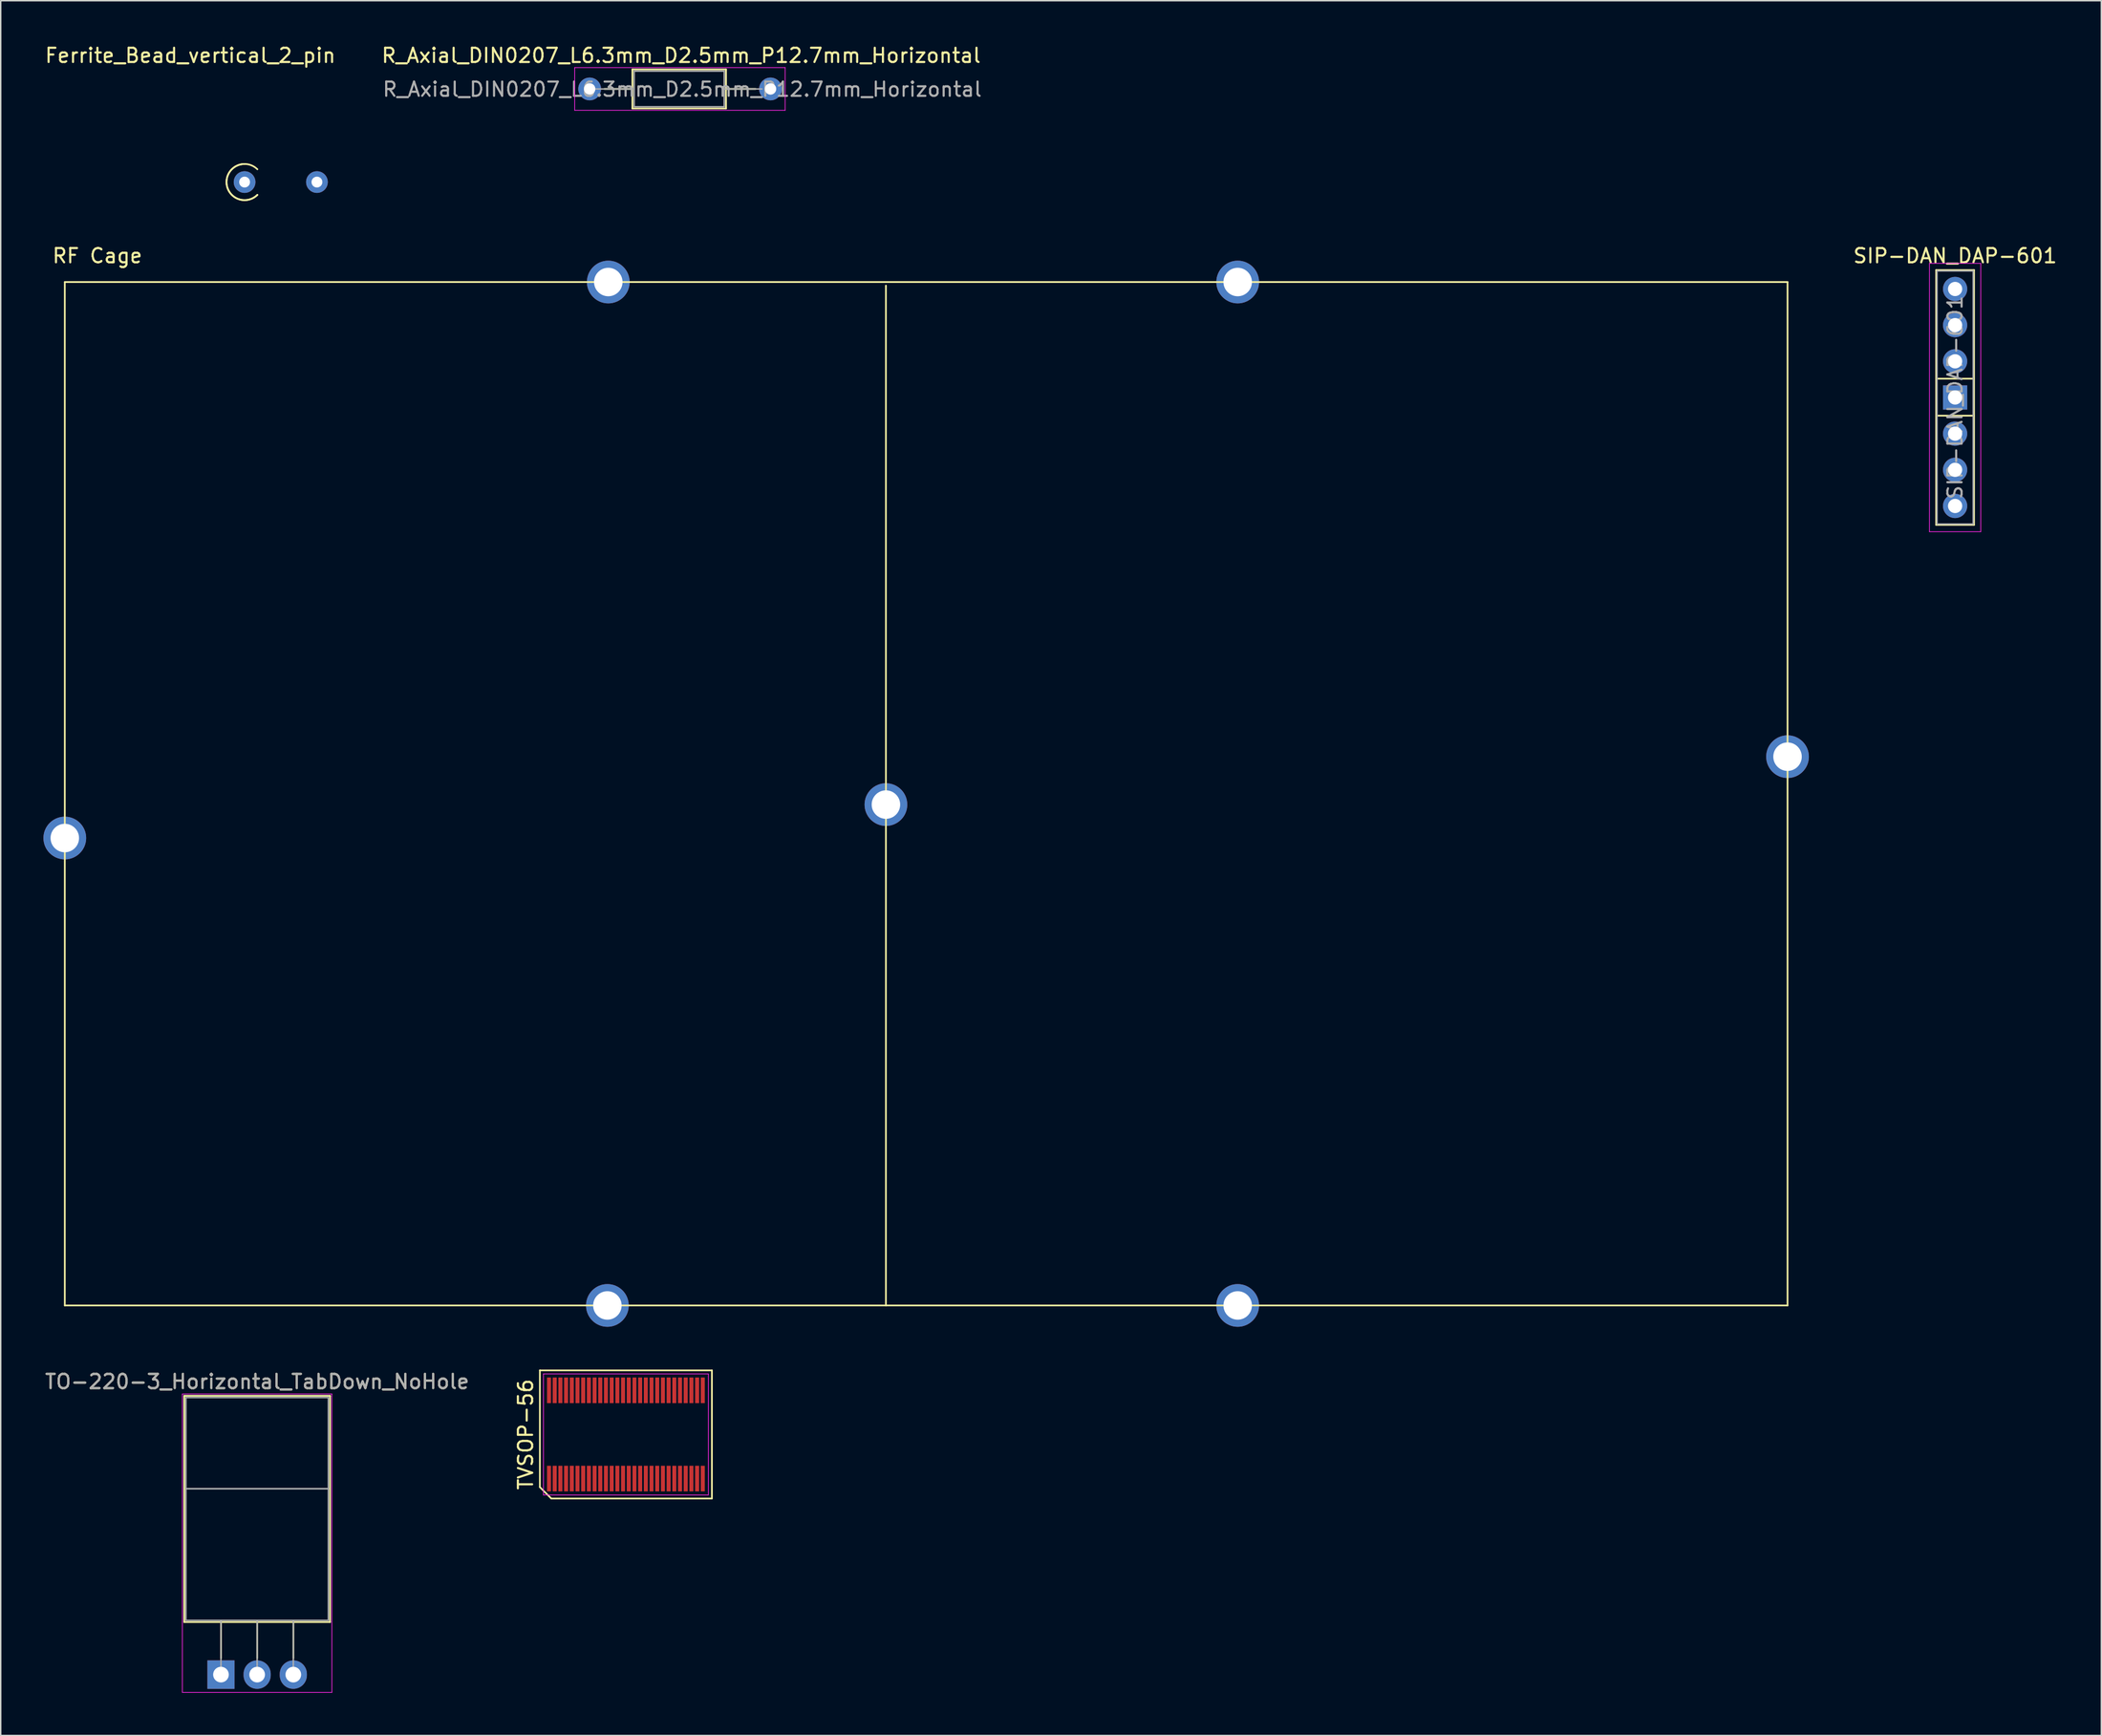
<source format=kicad_pcb>
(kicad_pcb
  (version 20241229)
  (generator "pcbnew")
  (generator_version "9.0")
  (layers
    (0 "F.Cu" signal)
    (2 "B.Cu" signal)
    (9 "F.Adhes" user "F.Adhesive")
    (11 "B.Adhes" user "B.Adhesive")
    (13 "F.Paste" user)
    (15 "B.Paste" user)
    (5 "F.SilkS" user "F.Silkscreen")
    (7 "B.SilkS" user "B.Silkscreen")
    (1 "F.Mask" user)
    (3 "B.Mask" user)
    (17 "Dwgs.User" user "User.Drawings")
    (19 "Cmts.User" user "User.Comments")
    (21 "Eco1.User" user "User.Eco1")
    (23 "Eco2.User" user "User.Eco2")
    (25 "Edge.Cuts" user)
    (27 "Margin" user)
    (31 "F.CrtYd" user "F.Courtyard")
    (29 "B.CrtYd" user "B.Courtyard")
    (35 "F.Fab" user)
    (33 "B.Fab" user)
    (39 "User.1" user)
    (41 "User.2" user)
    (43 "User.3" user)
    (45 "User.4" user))
  (footprint "R_Axial_DIN0207_L6.3mm_D2.5mm_P12.7mm_Horizontal"
    (layer "F.Cu")
    (at 38.355 3.198)
    (property "Reference" "R_Axial_DIN0207_L6.3mm_D2.5mm_P12.7mm_Horizontal" (at 6.425 -2.35 0) (layer "F.SilkS") (effects (font (size 1 1) (thickness 0.15))))
    (attr through_hole)
    (fp_line (start 1.04 0) (end 3 0) (stroke (width 0.12) (type solid)) (layer "F.SilkS"))
    (fp_line (start 3 -1.37) (end 3 1.37) (stroke (width 0.12) (type solid)) (layer "F.SilkS"))
    (fp_line (start 3 1.37) (end 9.575 1.37) (stroke (width 0.12) (type solid)) (layer "F.SilkS"))
    (fp_line (start 9.575 -1.37) (end 3 -1.37) (stroke (width 0.12) (type solid)) (layer "F.SilkS"))
    (fp_line (start 9.575 1.37) (end 9.575 -1.37) (stroke (width 0.12) (type solid)) (layer "F.SilkS"))
    (fp_line (start 11.65 0) (end 9.575 0) (stroke (width 0.12) (type solid)) (layer "F.SilkS"))
    (fp_line (start -1.05 -1.5) (end -1.05 1.5) (stroke (width 0.05) (type solid)) (layer "F.CrtYd"))
    (fp_line (start -1.05 1.5) (end 13.725 1.5) (stroke (width 0.05) (type solid)) (layer "F.CrtYd"))
    (fp_line (start 13.725 -1.5) (end -1.05 -1.5) (stroke (width 0.05) (type solid)) (layer "F.CrtYd"))
    (fp_line (start 13.725 1.5) (end 13.725 -1.5) (stroke (width 0.05) (type solid)) (layer "F.CrtYd"))
    (fp_line (start 0 0) (end 3 0) (stroke (width 0.1) (type solid)) (layer "F.Fab"))
    (fp_line (start 3.125 -1.25) (end 3.125 1.25) (stroke (width 0.1) (type solid)) (layer "F.Fab"))
    (fp_line (start 3.125 1.25) (end 9.45 1.25) (stroke (width 0.1) (type solid)) (layer "F.Fab"))
    (fp_line (start 9.45 -1.25) (end 3.125 -1.25) (stroke (width 0.1) (type solid)) (layer "F.Fab"))
    (fp_line (start 9.45 1.25) (end 9.45 -1.25) (stroke (width 0.1) (type solid)) (layer "F.Fab"))
    (fp_line (start 12.1 0) (end 9.45 0) (stroke (width 0.1) (type solid)) (layer "F.Fab"))
    (fp_text user "${REFERENCE}" (at 6.5 0.025 0) (layer "F.Fab") (effects (font (size 1 1) (thickness 0.15))))
    (pad "1" thru_hole circle (at 0 0) (size 1.6 1.6) (drill 0.8) (layers "*.Cu" "*.Mask"))
    (pad "2" thru_hole oval (at 12.7 0) (size 1.6 1.6) (drill 0.8) (layers "*.Cu" "*.Mask")))
  (footprint "TVSOP-56"
    (layer "F.Cu")
    (at 40.9 97.7)
    (property "Reference" "TVSOP-56" (at -7.04 0 90) (layer "F.SilkS") (effects (font (size 1 1) (thickness 0.15))))
    (attr smd)
    (fp_line (start -6.04 -4.5) (end 6.04 -4.5) (stroke (width 0.12) (type solid)) (layer "F.SilkS"))
    (fp_line (start -6.04 3.7) (end -6.04 -4.5) (stroke (width 0.12) (type solid)) (layer "F.SilkS"))
    (fp_line (start -5.24 4.5) (end -6.04 3.7) (stroke (width 0.12) (type solid)) (layer "F.SilkS"))
    (fp_line (start 6.04 -4.5) (end 6.04 4.5) (stroke (width 0.12) (type solid)) (layer "F.SilkS"))
    (fp_line (start 6.04 4.5) (end -5.24 4.5) (stroke (width 0.12) (type solid)) (layer "F.SilkS"))
    (fp_line (start -5.79 -4.25) (end 5.79 -4.25) (stroke (width 0.05) (type solid)) (layer "F.CrtYd"))
    (fp_line (start -5.79 4.25) (end -5.79 -4.25) (stroke (width 0.05) (type solid)) (layer "F.CrtYd"))
    (fp_line (start 5.79 -4.25) (end 5.79 4.25) (stroke (width 0.05) (type solid)) (layer "F.CrtYd"))
    (fp_line (start 5.79 4.25) (end -5.79 4.25) (stroke (width 0.05) (type solid)) (layer "F.CrtYd"))
    (pad "1" smd rect (at -5.4 3.1) (size 0.28 1.8) (layers "F.Cu" "F.Mask" "F.Paste"))
    (pad "2" smd rect (at -5 3.1) (size 0.28 1.8) (layers "F.Cu" "F.Mask" "F.Paste"))
    (pad "3" smd rect (at -4.6 3.1) (size 0.28 1.8) (layers "F.Cu" "F.Mask" "F.Paste"))
    (pad "4" smd rect (at -4.2 3.1) (size 0.28 1.8) (layers "F.Cu" "F.Mask" "F.Paste"))
    (pad "5" smd rect (at -3.8 3.1) (size 0.28 1.8) (layers "F.Cu" "F.Mask" "F.Paste"))
    (pad "6" smd rect (at -3.4 3.1) (size 0.28 1.8) (layers "F.Cu" "F.Mask" "F.Paste"))
    (pad "7" smd rect (at -3 3.1) (size 0.28 1.8) (layers "F.Cu" "F.Mask" "F.Paste"))
    (pad "8" smd rect (at -2.6 3.1) (size 0.28 1.8) (layers "F.Cu" "F.Mask" "F.Paste"))
    (pad "9" smd rect (at -2.2 3.1) (size 0.28 1.8) (layers "F.Cu" "F.Mask" "F.Paste"))
    (pad "10" smd rect (at -1.8 3.1) (size 0.28 1.8) (layers "F.Cu" "F.Mask" "F.Paste"))
    (pad "11" smd rect (at -1.4 3.1) (size 0.28 1.8) (layers "F.Cu" "F.Mask" "F.Paste"))
    (pad "12" smd rect (at -1 3.1) (size 0.28 1.8) (layers "F.Cu" "F.Mask" "F.Paste"))
    (pad "13" smd rect (at -0.6 3.1) (size 0.28 1.8) (layers "F.Cu" "F.Mask" "F.Paste"))
    (pad "14" smd rect (at -0.2 3.1) (size 0.28 1.8) (layers "F.Cu" "F.Mask" "F.Paste"))
    (pad "15" smd rect (at 0.2 3.1) (size 0.28 1.8) (layers "F.Cu" "F.Mask" "F.Paste"))
    (pad "16" smd rect (at 0.6 3.1) (size 0.28 1.8) (layers "F.Cu" "F.Mask" "F.Paste"))
    (pad "17" smd rect (at 1 3.1) (size 0.28 1.8) (layers "F.Cu" "F.Mask" "F.Paste"))
    (pad "18" smd rect (at 1.4 3.1) (size 0.28 1.8) (layers "F.Cu" "F.Mask" "F.Paste"))
    (pad "19" smd rect (at 1.8 3.1) (size 0.28 1.8) (layers "F.Cu" "F.Mask" "F.Paste"))
    (pad "20" smd rect (at 2.2 3.1) (size 0.28 1.8) (layers "F.Cu" "F.Mask" "F.Paste"))
    (pad "21" smd rect (at 2.6 3.1) (size 0.28 1.8) (layers "F.Cu" "F.Mask" "F.Paste"))
    (pad "22" smd rect (at 3 3.1) (size 0.28 1.8) (layers "F.Cu" "F.Mask" "F.Paste"))
    (pad "23" smd rect (at 3.4 3.1) (size 0.28 1.8) (layers "F.Cu" "F.Mask" "F.Paste"))
    (pad "24" smd rect (at 3.8 3.1) (size 0.28 1.8) (layers "F.Cu" "F.Mask" "F.Paste"))
    (pad "25" smd rect (at 4.2 3.1) (size 0.28 1.8) (layers "F.Cu" "F.Mask" "F.Paste"))
    (pad "26" smd rect (at 4.6 3.1) (size 0.28 1.8) (layers "F.Cu" "F.Mask" "F.Paste"))
    (pad "27" smd rect (at 5 3.1) (size 0.28 1.8) (layers "F.Cu" "F.Mask" "F.Paste"))
    (pad "28" smd rect (at 5.4 3.1) (size 0.28 1.8) (layers "F.Cu" "F.Mask" "F.Paste"))
    (pad "29" smd rect (at 5.4 -3.1) (size 0.28 1.8) (layers "F.Cu" "F.Mask" "F.Paste"))
    (pad "30" smd rect (at 5 -3.1) (size 0.28 1.8) (layers "F.Cu" "F.Mask" "F.Paste"))
    (pad "31" smd rect (at 4.6 -3.1) (size 0.28 1.8) (layers "F.Cu" "F.Mask" "F.Paste"))
    (pad "32" smd rect (at 4.2 -3.1) (size 0.28 1.8) (layers "F.Cu" "F.Mask" "F.Paste"))
    (pad "33" smd rect (at 3.8 -3.1) (size 0.28 1.8) (layers "F.Cu" "F.Mask" "F.Paste"))
    (pad "34" smd rect (at 3.4 -3.1) (size 0.28 1.8) (layers "F.Cu" "F.Mask" "F.Paste"))
    (pad "35" smd rect (at 3 -3.1) (size 0.28 1.8) (layers "F.Cu" "F.Mask" "F.Paste"))
    (pad "36" smd rect (at 2.6 -3.1) (size 0.28 1.8) (layers "F.Cu" "F.Mask" "F.Paste"))
    (pad "37" smd rect (at 2.2 -3.1) (size 0.28 1.8) (layers "F.Cu" "F.Mask" "F.Paste"))
    (pad "38" smd rect (at 1.8 -3.1) (size 0.28 1.8) (layers "F.Cu" "F.Mask" "F.Paste"))
    (pad "39" smd rect (at 1.4 -3.1) (size 0.28 1.8) (layers "F.Cu" "F.Mask" "F.Paste"))
    (pad "40" smd rect (at 1 -3.1) (size 0.28 1.8) (layers "F.Cu" "F.Mask" "F.Paste"))
    (pad "41" smd rect (at 0.6 -3.1) (size 0.28 1.8) (layers "F.Cu" "F.Mask" "F.Paste"))
    (pad "42" smd rect (at 0.2 -3.1) (size 0.28 1.8) (layers "F.Cu" "F.Mask" "F.Paste"))
    (pad "43" smd rect (at -0.2 -3.1) (size 0.28 1.8) (layers "F.Cu" "F.Mask" "F.Paste"))
    (pad "44" smd rect (at -0.6 -3.1) (size 0.28 1.8) (layers "F.Cu" "F.Mask" "F.Paste"))
    (pad "45" smd rect (at -1 -3.1) (size 0.28 1.8) (layers "F.Cu" "F.Mask" "F.Paste"))
    (pad "46" smd rect (at -1.4 -3.1) (size 0.28 1.8) (layers "F.Cu" "F.Mask" "F.Paste"))
    (pad "47" smd rect (at -1.8 -3.1) (size 0.28 1.8) (layers "F.Cu" "F.Mask" "F.Paste"))
    (pad "48" smd rect (at -2.2 -3.1) (size 0.28 1.8) (layers "F.Cu" "F.Mask" "F.Paste"))
    (pad "49" smd rect (at -2.6 -3.1) (size 0.28 1.8) (layers "F.Cu" "F.Mask" "F.Paste"))
    (pad "50" smd rect (at -3 -3.1) (size 0.28 1.8) (layers "F.Cu" "F.Mask" "F.Paste"))
    (pad "51" smd rect (at -3.4 -3.1) (size 0.28 1.8) (layers "F.Cu" "F.Mask" "F.Paste"))
    (pad "52" smd rect (at -3.8 -3.1) (size 0.28 1.8) (layers "F.Cu" "F.Mask" "F.Paste"))
    (pad "53" smd rect (at -4.2 -3.1) (size 0.28 1.8) (layers "F.Cu" "F.Mask" "F.Paste"))
    (pad "54" smd rect (at -4.6 -3.1) (size 0.28 1.8) (layers "F.Cu" "F.Mask" "F.Paste"))
    (pad "55" smd rect (at -5 -3.1) (size 0.28 1.8) (layers "F.Cu" "F.Mask" "F.Paste"))
    (pad "56" smd rect (at -5.4 -3.1) (size 0.28 1.8) (layers "F.Cu" "F.Mask" "F.Paste")))
  (footprint "RF Cage"
    (layer "F.Cu")
    (at 1.5 88.64)
    (property "Reference" "RF Cage" (at 2.286 -73.724 0) (layer "F.SilkS") (effects (font (size 1 1) (thickness 0.15))))
    (attr through_hole)
    (fp_line (start 0 -71.882) (end 120.968 -71.882) (stroke (width 0.12) (type solid)) (layer "F.SilkS"))
    (fp_line (start 0 0) (end 0 -71.882) (stroke (width 0.12) (type solid)) (layer "F.SilkS"))
    (fp_line (start 57.658 -71.628) (end 57.658 0) (stroke (width 0.12) (type solid)) (layer "F.SilkS"))
    (fp_line (start 120.968 -71.882) (end 120.968 0) (stroke (width 0.12) (type solid)) (layer "F.SilkS"))
    (fp_line (start 120.968 0) (end 0 0) (stroke (width 0.12) (type solid)) (layer "F.SilkS"))
    (pad "" thru_hole circle (at 0 -32.83) (size 3 3) (drill 2) (layers "*.Cu" "*.Mask"))
    (pad "" thru_hole circle (at 38.1 0) (size 3 3) (drill 2) (layers "*.Cu" "*.Mask"))
    (pad "" thru_hole circle (at 38.163 -71.882) (size 3 3) (drill 2) (layers "*.Cu" "*.Mask"))
    (pad "" thru_hole circle (at 57.658 -35.179) (size 3 3) (drill 2) (layers "*.Cu" "*.Mask"))
    (pad "" thru_hole circle (at 82.359 -71.882) (size 3 3) (drill 2) (layers "*.Cu" "*.Mask"))
    (pad "" thru_hole circle (at 82.359 0) (size 3 3) (drill 2) (layers "*.Cu" "*.Mask"))
    (pad "" thru_hole circle (at 120.968 -38.544) (size 3 3) (drill 2) (layers "*.Cu" "*.Mask")))
  (footprint "Ferrite_Bead_vertical_2_pin"
    (layer "F.Cu")
    (at 14.125 9.738)
    (property "Reference" "Ferrite_Bead_vertical_2_pin" (at -3.81 -8.89 0) (layer "F.SilkS") (effects (font (size 1 1) (thickness 0.15))))
    (attr through_hole)
    (fp_arc (start 0 -1.27) (mid 0.486008 -1.173327) (end 0.898026 -0.898026) (stroke (width 0.12) (type solid)) (layer "F.SilkS"))
    (fp_arc (start 0 1.27) (mid -1.27 0) (end 0 -1.27) (stroke (width 0.12) (type solid)) (layer "F.SilkS"))
    (fp_arc (start 0.898026 0.898026) (mid -1.173328 0.486008) (end 0 -1.27) (stroke (width 0.12) (type solid)) (layer "F.SilkS"))
    (fp_arc (start 0.898026 0.898026) (mid 0.486008 1.173328) (end 0 1.27) (stroke (width 0.12) (type solid)) (layer "F.SilkS"))
    (pad "1" thru_hole circle (at 0 0) (size 1.524 1.524) (drill 0.762) (layers "*.Cu" "*.Mask"))
    (pad "2" thru_hole circle (at 5.08 0) (size 1.524 1.524) (drill 0.762) (layers "*.Cu" "*.Mask")))
  (footprint "TO-220-3_Horizontal_TabDown_NoHole"
    (layer "F.Cu")
    (at 12.466 114.568)
    (property "Reference" "TO-220-3_Horizontal_TabDown_NoHole" (at 2.54 -20.58 0) (layer "F.SilkS") (effects (font (size 1 1) (thickness 0.15))))
    (attr through_hole)
    (fp_line (start -2.58 -19.58) (end -2.58 -3.69) (stroke (width 0.12) (type solid)) (layer "F.SilkS"))
    (fp_line (start -2.58 -19.58) (end 7.66 -19.58) (stroke (width 0.12) (type solid)) (layer "F.SilkS"))
    (fp_line (start -2.58 -3.69) (end 7.66 -3.69) (stroke (width 0.12) (type solid)) (layer "F.SilkS"))
    (fp_line (start 0 -3.69) (end 0 -1.15) (stroke (width 0.12) (type solid)) (layer "F.SilkS"))
    (fp_line (start 2.54 -3.69) (end 2.54 -1.15) (stroke (width 0.12) (type solid)) (layer "F.SilkS"))
    (fp_line (start 5.08 -3.69) (end 5.08 -1.15) (stroke (width 0.12) (type solid)) (layer "F.SilkS"))
    (fp_line (start 7.66 -19.58) (end 7.66 -3.69) (stroke (width 0.12) (type solid)) (layer "F.SilkS"))
    (fp_line (start -2.71 -19.71) (end -2.71 1.25) (stroke (width 0.05) (type solid)) (layer "F.CrtYd"))
    (fp_line (start -2.71 1.25) (end 7.79 1.25) (stroke (width 0.05) (type solid)) (layer "F.CrtYd"))
    (fp_line (start 7.79 -19.71) (end -2.71 -19.71) (stroke (width 0.05) (type solid)) (layer "F.CrtYd"))
    (fp_line (start 7.79 1.25) (end 7.79 -19.71) (stroke (width 0.05) (type solid)) (layer "F.CrtYd"))
    (fp_line (start -2.46 -19.46) (end 7.54 -19.46) (stroke (width 0.1) (type solid)) (layer "F.Fab"))
    (fp_line (start -2.46 -13.06) (end -2.46 -19.46) (stroke (width 0.1) (type solid)) (layer "F.Fab"))
    (fp_line (start -2.46 -13.06) (end 7.54 -13.06) (stroke (width 0.1) (type solid)) (layer "F.Fab"))
    (fp_line (start -2.46 -3.81) (end -2.46 -13.06) (stroke (width 0.1) (type solid)) (layer "F.Fab"))
    (fp_line (start 0 -3.81) (end 0 0) (stroke (width 0.1) (type solid)) (layer "F.Fab"))
    (fp_line (start 2.54 -3.81) (end 2.54 0) (stroke (width 0.1) (type solid)) (layer "F.Fab"))
    (fp_line (start 5.08 -3.81) (end 5.08 0) (stroke (width 0.1) (type solid)) (layer "F.Fab"))
    (fp_line (start 7.54 -19.46) (end 7.54 -13.06) (stroke (width 0.1) (type solid)) (layer "F.Fab"))
    (fp_line (start 7.54 -13.06) (end -2.46 -13.06) (stroke (width 0.1) (type solid)) (layer "F.Fab"))
    (fp_line (start 7.54 -13.06) (end 7.54 -3.81) (stroke (width 0.1) (type solid)) (layer "F.Fab"))
    (fp_line (start 7.54 -3.81) (end -2.46 -3.81) (stroke (width 0.1) (type solid)) (layer "F.Fab"))
    (fp_text user "${REFERENCE}" (at 2.54 -20.58 0) (layer "F.Fab") (effects (font (size 1 1) (thickness 0.15))))
    (pad "1" thru_hole rect (at 0 0) (size 1.905 2) (drill 1.1) (layers "*.Cu" "*.Mask"))
    (pad "2" thru_hole oval (at 2.54 0) (size 1.905 2) (drill 1.1) (layers "*.Cu" "*.Mask"))
    (pad "3" thru_hole oval (at 5.08 0) (size 1.905 2) (drill 1.1) (layers "*.Cu" "*.Mask")))
  (footprint "SIP-DAN_DAP-601"
    (layer "F.Cu")
    (at 134.235 17.247)
    (property "Reference" "SIP-DAN_DAP-601" (at 0 -2.33 0) (layer "F.SilkS") (effects (font (size 1 1) (thickness 0.15))))
    (attr through_hole)
    (fp_line (start -1.33 -1.33) (end -1.33 16.57) (stroke (width 0.12) (type solid)) (layer "F.SilkS"))
    (fp_line (start -1.33 -1.33) (end 1.33 -1.33) (stroke (width 0.12) (type solid)) (layer "F.SilkS"))
    (fp_line (start -1.33 16.57) (end 1.33 16.57) (stroke (width 0.12) (type solid)) (layer "F.SilkS"))
    (fp_line (start -1.3 6.3) (end 1.3 6.3) (stroke (width 0.12) (type solid)) (layer "F.SilkS"))
    (fp_line (start -1.3 8.9) (end 1.3 8.9) (stroke (width 0.12) (type solid)) (layer "F.SilkS"))
    (fp_line (start 1.33 -1.33) (end 1.33 16.57) (stroke (width 0.12) (type solid)) (layer "F.SilkS"))
    (fp_line (start -1.8 -1.8) (end -1.8 17.05) (stroke (width 0.05) (type solid)) (layer "F.CrtYd"))
    (fp_line (start -1.8 17.05) (end 1.8 17.05) (stroke (width 0.05) (type solid)) (layer "F.CrtYd"))
    (fp_line (start 1.8 -1.8) (end -1.8 -1.8) (stroke (width 0.05) (type solid)) (layer "F.CrtYd"))
    (fp_line (start 1.8 17.05) (end 1.8 -1.8) (stroke (width 0.05) (type solid)) (layer "F.CrtYd"))
    (fp_line (start -1.27 -1.27) (end 1.27 -1.27) (stroke (width 0.1) (type solid)) (layer "F.Fab"))
    (fp_line (start -1.27 16.51) (end -1.27 -1.27) (stroke (width 0.1) (type solid)) (layer "F.Fab"))
    (fp_line (start 1.27 -1.27) (end 1.27 16.51) (stroke (width 0.1) (type solid)) (layer "F.Fab"))
    (fp_line (start 1.27 16.51) (end -1.27 16.51) (stroke (width 0.1) (type solid)) (layer "F.Fab"))
    (fp_text user "${REFERENCE}" (at 0 7.62 90) (layer "F.Fab") (effects (font (size 1 1) (thickness 0.15))))
    (pad "1" thru_hole oval (at 0 0) (size 1.7 1.7) (drill 1) (layers "*.Cu" "*.Mask"))
    (pad "2" thru_hole oval (at 0 2.54) (size 1.7 1.7) (drill 1) (layers "*.Cu" "*.Mask"))
    (pad "3" thru_hole oval (at 0 5.08) (size 1.7 1.7) (drill 1) (layers "*.Cu" "*.Mask"))
    (pad "4" thru_hole rect (at 0 7.62) (size 1.7 1.7) (drill 1) (layers "*.Cu" "*.Mask"))
    (pad "5" thru_hole oval (at 0 10.16) (size 1.7 1.7) (drill 1) (layers "*.Cu" "*.Mask"))
    (pad "6" thru_hole oval (at 0 12.7) (size 1.7 1.7) (drill 1) (layers "*.Cu" "*.Mask"))
    (pad "7" thru_hole oval (at 0 15.24) (size 1.7 1.7) (drill 1) (layers "*.Cu" "*.Mask")))
  (gr_rect
    (start -3 -3)
    (end 144.503 118.843)
    (stroke (width 0.1) (type default))
    (fill no)
    (layer "Edge.Cuts")))
</source>
